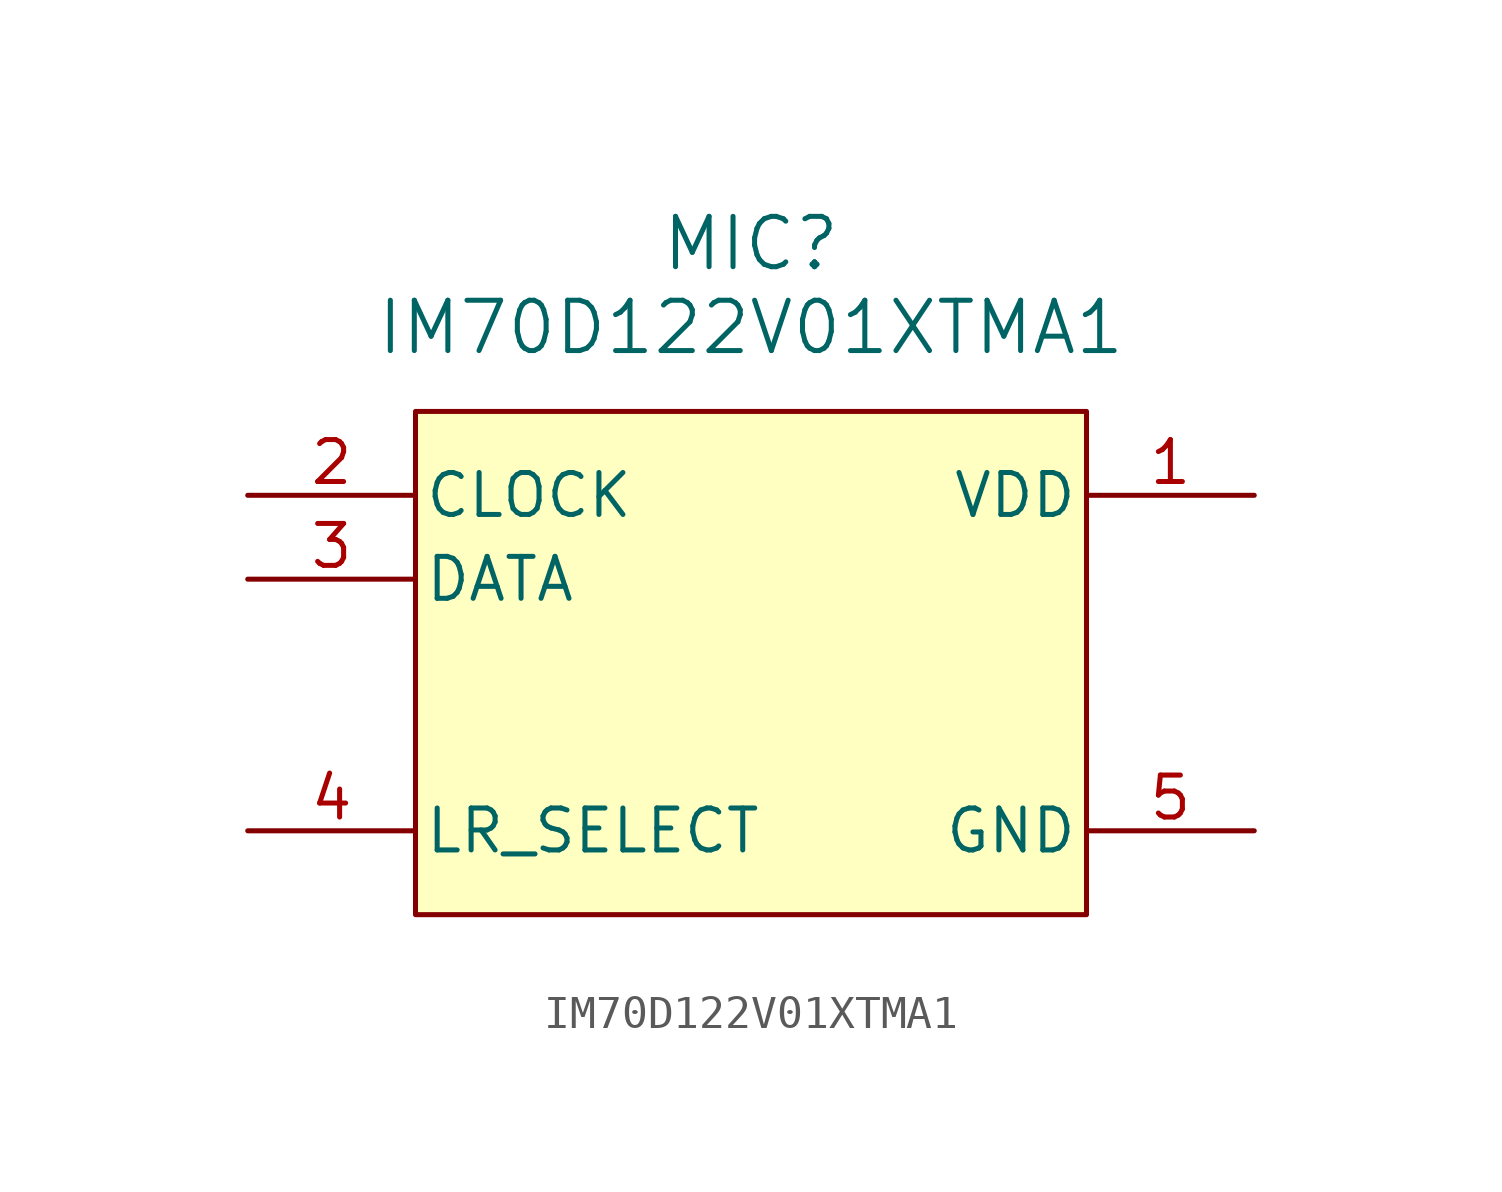
<source format=kicad_sym>
(kicad_symbol_lib
  (version 20220914)
  (generator kicad_symbol_editor)
  (symbol "IM70D122V01XTMA1"
    (pin_names
      (offset 0.254))
    (property "Reference" "MIC"
      (at 0 10.16 0)
      (effects (font (size 1.524 1.524))))
    (property "Value" "IM70D122V01XTMA1"
      (at 0 7.62 0)
      (effects (font (size 1.524 1.524))))
    (symbol "IM70D122V01XTMA1_0_1"
      (pin power_in line (at 15.24 2.54 180) (length 5.08) (name "VDD" (effects (font (size 1.27 1.27)))) (number "1" (effects (font (size 1.27 1.27)))))
      (pin input line (at -15.24 2.54 0) (length 5.08) (name "CLOCK" (effects (font (size 1.27 1.27)))) (number "2" (effects (font (size 1.27 1.27)))))
      (pin output line (at -15.24 0 0) (length 5.08) (name "DATA" (effects (font (size 1.27 1.27)))) (number "3" (effects (font (size 1.27 1.27)))))
      (pin input line (at -15.24 -7.62 0) (length 5.08) (name "LR_SELECT" (effects (font (size 1.27 1.27)))) (number "4" (effects (font (size 1.27 1.27)))))
      (pin power_out line (at 15.24 -7.62 180) (length 5.08) (name "GND" (effects (font (size 1.27 1.27)))) (number "5" (effects (font (size 1.27 1.27))))))
    (symbol "IM70D122V01XTMA1_1_1"
      (rectangle (start -10.16 5.08) (end 10.16 -10.16) (stroke (width 0) (type default)) (fill (type background))))))
</source>
